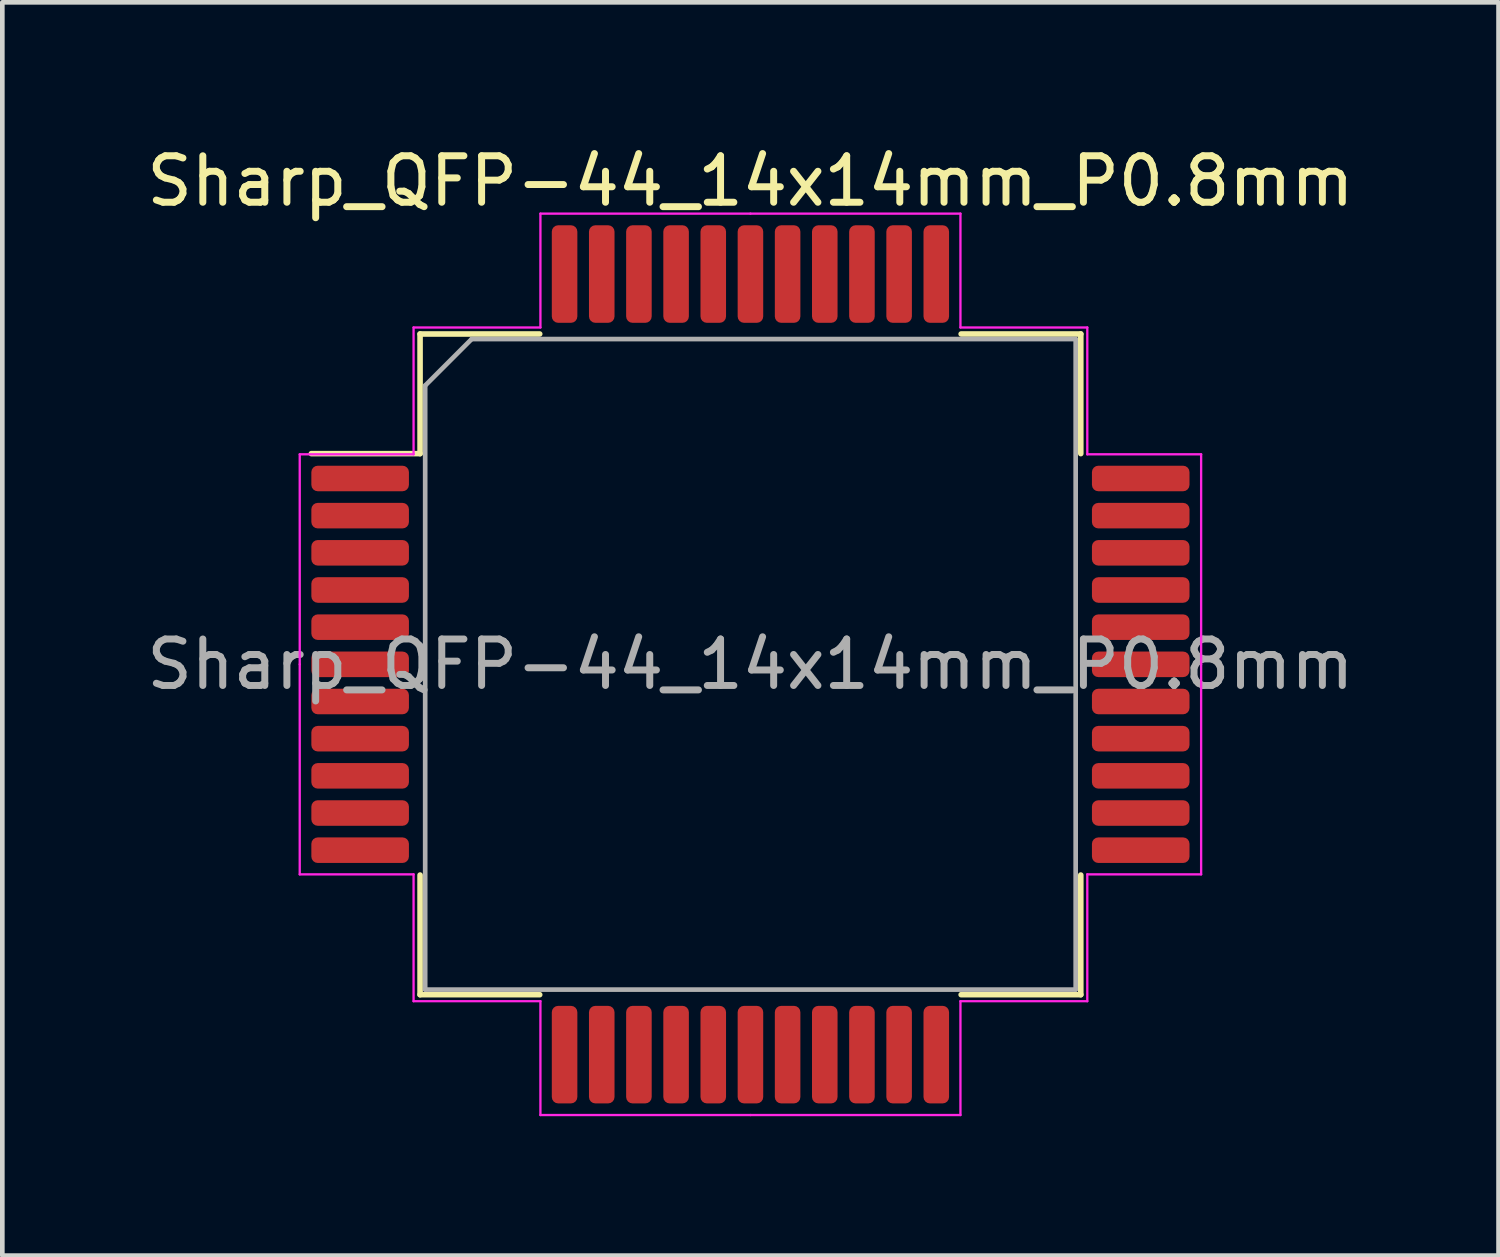
<source format=kicad_pcb>
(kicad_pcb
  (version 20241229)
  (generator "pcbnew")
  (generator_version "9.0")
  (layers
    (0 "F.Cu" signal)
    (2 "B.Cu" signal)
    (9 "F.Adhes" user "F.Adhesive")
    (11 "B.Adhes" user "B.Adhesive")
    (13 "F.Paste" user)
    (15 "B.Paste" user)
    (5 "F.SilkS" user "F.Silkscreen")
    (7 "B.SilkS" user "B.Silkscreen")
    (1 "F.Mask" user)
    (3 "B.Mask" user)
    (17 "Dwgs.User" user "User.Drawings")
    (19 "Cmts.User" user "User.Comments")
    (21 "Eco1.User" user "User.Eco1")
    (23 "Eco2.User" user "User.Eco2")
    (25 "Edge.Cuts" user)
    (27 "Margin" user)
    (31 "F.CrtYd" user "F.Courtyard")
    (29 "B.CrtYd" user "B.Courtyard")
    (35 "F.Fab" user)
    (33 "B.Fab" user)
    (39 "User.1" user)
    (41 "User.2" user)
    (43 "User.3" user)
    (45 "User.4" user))
  (footprint "Sharp_QFP-44_14x14mm_P0.8mm"
    (layer "F.Cu")
    (at 13.101 11.248)
    (property "Reference" "Sharp_QFP-44_14x14mm_P0.8mm" (at 0 -10.4 0) (layer "F.SilkS") (effects (font (size 1 1) (thickness 0.15))))
    (attr smd)
    (fp_line (start -7.11 -7.11) (end -7.11 -4.535) (stroke (width 0.12) (type solid)) (layer "F.SilkS"))
    (fp_line (start -7.11 -4.535) (end -9.45 -4.535) (stroke (width 0.12) (type solid)) (layer "F.SilkS"))
    (fp_line (start -7.11 7.11) (end -7.11 4.535) (stroke (width 0.12) (type solid)) (layer "F.SilkS"))
    (fp_line (start -4.535 -7.11) (end -7.11 -7.11) (stroke (width 0.12) (type solid)) (layer "F.SilkS"))
    (fp_line (start -4.535 7.11) (end -7.11 7.11) (stroke (width 0.12) (type solid)) (layer "F.SilkS"))
    (fp_line (start 4.535 -7.11) (end 7.11 -7.11) (stroke (width 0.12) (type solid)) (layer "F.SilkS"))
    (fp_line (start 4.535 7.11) (end 7.11 7.11) (stroke (width 0.12) (type solid)) (layer "F.SilkS"))
    (fp_line (start 7.11 -7.11) (end 7.11 -4.535) (stroke (width 0.12) (type solid)) (layer "F.SilkS"))
    (fp_line (start 7.11 7.11) (end 7.11 4.535) (stroke (width 0.12) (type solid)) (layer "F.SilkS"))
    (fp_line (start -9.7 -4.52) (end -9.7 0) (stroke (width 0.05) (type solid)) (layer "F.CrtYd"))
    (fp_line (start -9.7 4.52) (end -9.7 0) (stroke (width 0.05) (type solid)) (layer "F.CrtYd"))
    (fp_line (start -7.25 -7.25) (end -7.25 -4.52) (stroke (width 0.05) (type solid)) (layer "F.CrtYd"))
    (fp_line (start -7.25 -4.52) (end -9.7 -4.52) (stroke (width 0.05) (type solid)) (layer "F.CrtYd"))
    (fp_line (start -7.25 4.52) (end -9.7 4.52) (stroke (width 0.05) (type solid)) (layer "F.CrtYd"))
    (fp_line (start -7.25 7.25) (end -7.25 4.52) (stroke (width 0.05) (type solid)) (layer "F.CrtYd"))
    (fp_line (start -4.52 -9.7) (end -4.52 -7.25) (stroke (width 0.05) (type solid)) (layer "F.CrtYd"))
    (fp_line (start -4.52 -7.25) (end -7.25 -7.25) (stroke (width 0.05) (type solid)) (layer "F.CrtYd"))
    (fp_line (start -4.52 7.25) (end -7.25 7.25) (stroke (width 0.05) (type solid)) (layer "F.CrtYd"))
    (fp_line (start -4.52 9.7) (end -4.52 7.25) (stroke (width 0.05) (type solid)) (layer "F.CrtYd"))
    (fp_line (start 0 -9.7) (end -4.52 -9.7) (stroke (width 0.05) (type solid)) (layer "F.CrtYd"))
    (fp_line (start 0 -9.7) (end 4.52 -9.7) (stroke (width 0.05) (type solid)) (layer "F.CrtYd"))
    (fp_line (start 0 9.7) (end -4.52 9.7) (stroke (width 0.05) (type solid)) (layer "F.CrtYd"))
    (fp_line (start 0 9.7) (end 4.52 9.7) (stroke (width 0.05) (type solid)) (layer "F.CrtYd"))
    (fp_line (start 4.52 -9.7) (end 4.52 -7.25) (stroke (width 0.05) (type solid)) (layer "F.CrtYd"))
    (fp_line (start 4.52 -7.25) (end 7.25 -7.25) (stroke (width 0.05) (type solid)) (layer "F.CrtYd"))
    (fp_line (start 4.52 7.25) (end 7.25 7.25) (stroke (width 0.05) (type solid)) (layer "F.CrtYd"))
    (fp_line (start 4.52 9.7) (end 4.52 7.25) (stroke (width 0.05) (type solid)) (layer "F.CrtYd"))
    (fp_line (start 7.25 -7.25) (end 7.25 -4.52) (stroke (width 0.05) (type solid)) (layer "F.CrtYd"))
    (fp_line (start 7.25 -4.52) (end 9.7 -4.52) (stroke (width 0.05) (type solid)) (layer "F.CrtYd"))
    (fp_line (start 7.25 4.52) (end 9.7 4.52) (stroke (width 0.05) (type solid)) (layer "F.CrtYd"))
    (fp_line (start 7.25 7.25) (end 7.25 4.52) (stroke (width 0.05) (type solid)) (layer "F.CrtYd"))
    (fp_line (start 9.7 -4.52) (end 9.7 0) (stroke (width 0.05) (type solid)) (layer "F.CrtYd"))
    (fp_line (start 9.7 4.52) (end 9.7 0) (stroke (width 0.05) (type solid)) (layer "F.CrtYd"))
    (fp_line (start -7 -6) (end -6 -7) (stroke (width 0.1) (type solid)) (layer "F.Fab"))
    (fp_line (start -7 7) (end -7 -6) (stroke (width 0.1) (type solid)) (layer "F.Fab"))
    (fp_line (start -6 -7) (end 7 -7) (stroke (width 0.1) (type solid)) (layer "F.Fab"))
    (fp_line (start 7 -7) (end 7 7) (stroke (width 0.1) (type solid)) (layer "F.Fab"))
    (fp_line (start 7 7) (end -7 7) (stroke (width 0.1) (type solid)) (layer "F.Fab"))
    (fp_text user "${REFERENCE}" (at 0 0 0) (layer "F.Fab") (effects (font (size 1 1) (thickness 0.15))))
    (pad "1" smd roundrect (at -8.4 -4) (size 2.1 0.55) (layers "F.Cu" "F.Mask" "F.Paste") (roundrect_rratio 0.25))
    (pad "2" smd roundrect (at -8.4 -3.2) (size 2.1 0.55) (layers "F.Cu" "F.Mask" "F.Paste") (roundrect_rratio 0.25))
    (pad "3" smd roundrect (at -8.4 -2.4) (size 2.1 0.55) (layers "F.Cu" "F.Mask" "F.Paste") (roundrect_rratio 0.25))
    (pad "4" smd roundrect (at -8.4 -1.6) (size 2.1 0.55) (layers "F.Cu" "F.Mask" "F.Paste") (roundrect_rratio 0.25))
    (pad "5" smd roundrect (at -8.4 -0.8) (size 2.1 0.55) (layers "F.Cu" "F.Mask" "F.Paste") (roundrect_rratio 0.25))
    (pad "6" smd roundrect (at -8.4 0) (size 2.1 0.55) (layers "F.Cu" "F.Mask" "F.Paste") (roundrect_rratio 0.25))
    (pad "7" smd roundrect (at -8.4 0.8) (size 2.1 0.55) (layers "F.Cu" "F.Mask" "F.Paste") (roundrect_rratio 0.25))
    (pad "8" smd roundrect (at -8.4 1.6) (size 2.1 0.55) (layers "F.Cu" "F.Mask" "F.Paste") (roundrect_rratio 0.25))
    (pad "9" smd roundrect (at -8.4 2.4) (size 2.1 0.55) (layers "F.Cu" "F.Mask" "F.Paste") (roundrect_rratio 0.25))
    (pad "10" smd roundrect (at -8.4 3.2) (size 2.1 0.55) (layers "F.Cu" "F.Mask" "F.Paste") (roundrect_rratio 0.25))
    (pad "11" smd roundrect (at -8.4 4) (size 2.1 0.55) (layers "F.Cu" "F.Mask" "F.Paste") (roundrect_rratio 0.25))
    (pad "12" smd roundrect (at -4 8.4) (size 0.55 2.1) (layers "F.Cu" "F.Mask" "F.Paste") (roundrect_rratio 0.25))
    (pad "13" smd roundrect (at -3.2 8.4) (size 0.55 2.1) (layers "F.Cu" "F.Mask" "F.Paste") (roundrect_rratio 0.25))
    (pad "14" smd roundrect (at -2.4 8.4) (size 0.55 2.1) (layers "F.Cu" "F.Mask" "F.Paste") (roundrect_rratio 0.25))
    (pad "15" smd roundrect (at -1.6 8.4) (size 0.55 2.1) (layers "F.Cu" "F.Mask" "F.Paste") (roundrect_rratio 0.25))
    (pad "16" smd roundrect (at -0.8 8.4) (size 0.55 2.1) (layers "F.Cu" "F.Mask" "F.Paste") (roundrect_rratio 0.25))
    (pad "17" smd roundrect (at 0 8.4) (size 0.55 2.1) (layers "F.Cu" "F.Mask" "F.Paste") (roundrect_rratio 0.25))
    (pad "18" smd roundrect (at 0.8 8.4) (size 0.55 2.1) (layers "F.Cu" "F.Mask" "F.Paste") (roundrect_rratio 0.25))
    (pad "19" smd roundrect (at 1.6 8.4) (size 0.55 2.1) (layers "F.Cu" "F.Mask" "F.Paste") (roundrect_rratio 0.25))
    (pad "20" smd roundrect (at 2.4 8.4) (size 0.55 2.1) (layers "F.Cu" "F.Mask" "F.Paste") (roundrect_rratio 0.25))
    (pad "21" smd roundrect (at 3.2 8.4) (size 0.55 2.1) (layers "F.Cu" "F.Mask" "F.Paste") (roundrect_rratio 0.25))
    (pad "22" smd roundrect (at 4 8.4) (size 0.55 2.1) (layers "F.Cu" "F.Mask" "F.Paste") (roundrect_rratio 0.25))
    (pad "23" smd roundrect (at 8.4 4) (size 2.1 0.55) (layers "F.Cu" "F.Mask" "F.Paste") (roundrect_rratio 0.25))
    (pad "24" smd roundrect (at 8.4 3.2) (size 2.1 0.55) (layers "F.Cu" "F.Mask" "F.Paste") (roundrect_rratio 0.25))
    (pad "25" smd roundrect (at 8.4 2.4) (size 2.1 0.55) (layers "F.Cu" "F.Mask" "F.Paste") (roundrect_rratio 0.25))
    (pad "26" smd roundrect (at 8.4 1.6) (size 2.1 0.55) (layers "F.Cu" "F.Mask" "F.Paste") (roundrect_rratio 0.25))
    (pad "27" smd roundrect (at 8.4 0.8) (size 2.1 0.55) (layers "F.Cu" "F.Mask" "F.Paste") (roundrect_rratio 0.25))
    (pad "28" smd roundrect (at 8.4 0) (size 2.1 0.55) (layers "F.Cu" "F.Mask" "F.Paste") (roundrect_rratio 0.25))
    (pad "29" smd roundrect (at 8.4 -0.8) (size 2.1 0.55) (layers "F.Cu" "F.Mask" "F.Paste") (roundrect_rratio 0.25))
    (pad "30" smd roundrect (at 8.4 -1.6) (size 2.1 0.55) (layers "F.Cu" "F.Mask" "F.Paste") (roundrect_rratio 0.25))
    (pad "31" smd roundrect (at 8.4 -2.4) (size 2.1 0.55) (layers "F.Cu" "F.Mask" "F.Paste") (roundrect_rratio 0.25))
    (pad "32" smd roundrect (at 8.4 -3.2) (size 2.1 0.55) (layers "F.Cu" "F.Mask" "F.Paste") (roundrect_rratio 0.25))
    (pad "33" smd roundrect (at 8.4 -4) (size 2.1 0.55) (layers "F.Cu" "F.Mask" "F.Paste") (roundrect_rratio 0.25))
    (pad "34" smd roundrect (at 4 -8.4) (size 0.55 2.1) (layers "F.Cu" "F.Mask" "F.Paste") (roundrect_rratio 0.25))
    (pad "35" smd roundrect (at 3.2 -8.4) (size 0.55 2.1) (layers "F.Cu" "F.Mask" "F.Paste") (roundrect_rratio 0.25))
    (pad "36" smd roundrect (at 2.4 -8.4) (size 0.55 2.1) (layers "F.Cu" "F.Mask" "F.Paste") (roundrect_rratio 0.25))
    (pad "37" smd roundrect (at 1.6 -8.4) (size 0.55 2.1) (layers "F.Cu" "F.Mask" "F.Paste") (roundrect_rratio 0.25))
    (pad "38" smd roundrect (at 0.8 -8.4) (size 0.55 2.1) (layers "F.Cu" "F.Mask" "F.Paste") (roundrect_rratio 0.25))
    (pad "39" smd roundrect (at 0 -8.4) (size 0.55 2.1) (layers "F.Cu" "F.Mask" "F.Paste") (roundrect_rratio 0.25))
    (pad "40" smd roundrect (at -0.8 -8.4) (size 0.55 2.1) (layers "F.Cu" "F.Mask" "F.Paste") (roundrect_rratio 0.25))
    (pad "41" smd roundrect (at -1.6 -8.4) (size 0.55 2.1) (layers "F.Cu" "F.Mask" "F.Paste") (roundrect_rratio 0.25))
    (pad "42" smd roundrect (at -2.4 -8.4) (size 0.55 2.1) (layers "F.Cu" "F.Mask" "F.Paste") (roundrect_rratio 0.25))
    (pad "43" smd roundrect (at -3.2 -8.4) (size 0.55 2.1) (layers "F.Cu" "F.Mask" "F.Paste") (roundrect_rratio 0.25))
    (pad "44" smd roundrect (at -4 -8.4) (size 0.55 2.1) (layers "F.Cu" "F.Mask" "F.Paste") (roundrect_rratio 0.25)))
  (gr_rect
    (start -3 -3)
    (end 29.202 23.973)
    (stroke (width 0.1) (type default))
    (fill no)
    (layer "Edge.Cuts")))
</source>
